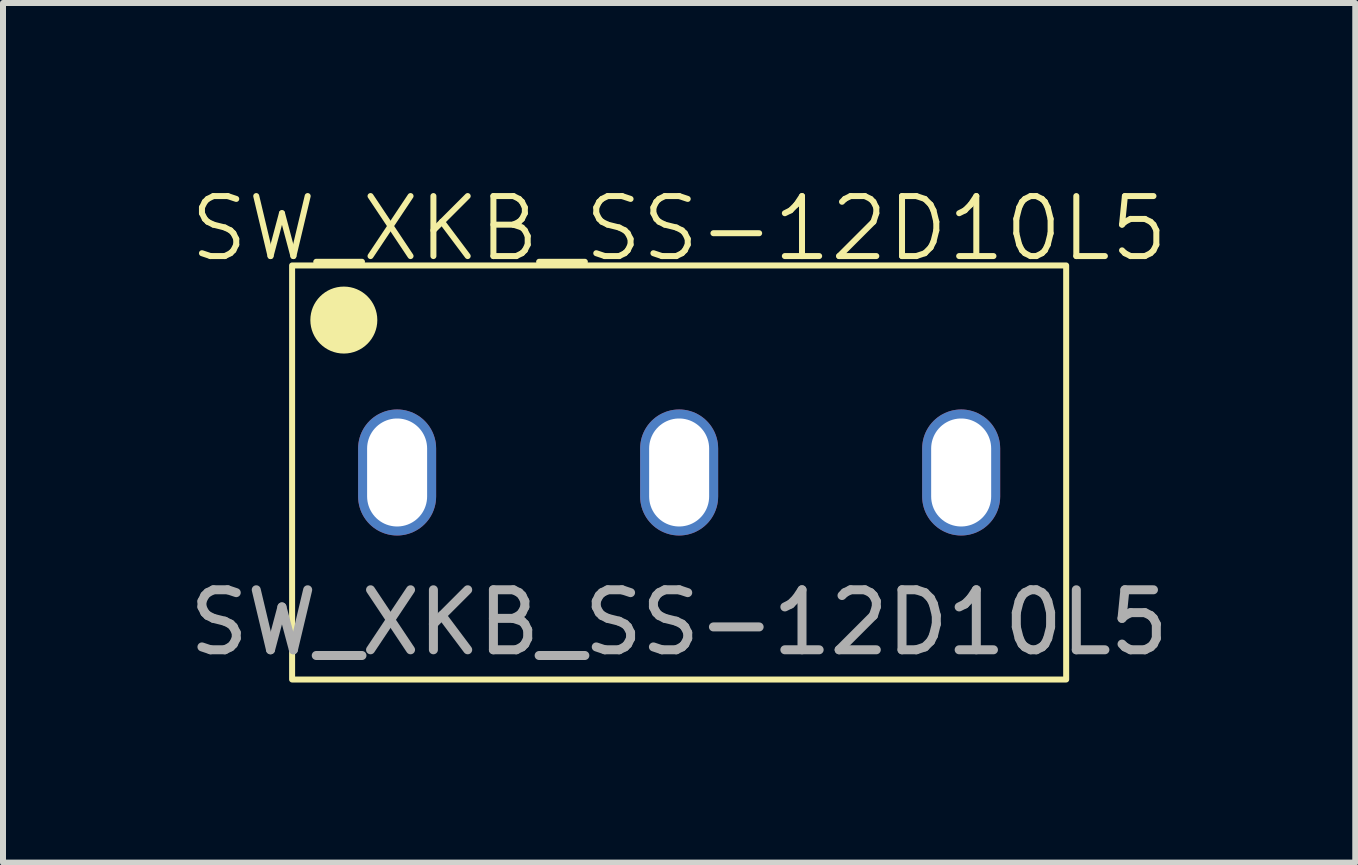
<source format=kicad_pcb>
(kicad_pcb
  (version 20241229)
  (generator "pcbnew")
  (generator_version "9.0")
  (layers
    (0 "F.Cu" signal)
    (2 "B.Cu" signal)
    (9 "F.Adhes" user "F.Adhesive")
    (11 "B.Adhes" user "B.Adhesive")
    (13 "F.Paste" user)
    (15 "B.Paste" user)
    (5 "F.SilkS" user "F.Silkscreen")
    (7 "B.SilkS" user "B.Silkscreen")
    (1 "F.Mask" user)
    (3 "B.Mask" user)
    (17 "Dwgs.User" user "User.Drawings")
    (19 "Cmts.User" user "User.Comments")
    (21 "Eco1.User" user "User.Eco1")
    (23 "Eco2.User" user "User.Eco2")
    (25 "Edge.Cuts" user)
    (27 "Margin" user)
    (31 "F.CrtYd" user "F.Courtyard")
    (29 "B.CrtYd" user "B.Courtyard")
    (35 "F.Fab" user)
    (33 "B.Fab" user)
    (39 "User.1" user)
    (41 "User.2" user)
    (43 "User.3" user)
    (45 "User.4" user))
  (footprint "SW_XKB_SS-12D10L5"
    (layer "F.Cu")
    (at 8.268 4.824)
    (property "Reference" "SW_XKB_SS-12D10L5" (at 0 -4.064 0) (unlocked yes) (layer "F.SilkS") (effects (font (size 1 1) (thickness 0.1))))
    (attr smd)
    (fp_rect (start -6.45 -3.45) (end 6.45 3.45) (stroke (width 0.1) (type default)) (fill no) (layer "F.SilkS"))
    (fp_circle (center -5.588 -2.54) (end -5.08 -2.54) (stroke (width 0.1) (type solid)) (fill yes) (layer "F.SilkS"))
    (fp_text user "${REFERENCE}" (at 0 2.5 0) (unlocked yes) (layer "F.Fab") (effects (font (size 1 1) (thickness 0.15))))
    (pad "1" thru_hole oval (at -4.7 0 90) (size 2.1 1.3) (drill oval 1.8 1) (layers "*.Cu" "*.Mask"))
    (pad "2" thru_hole oval (at 0 0 90) (size 2.1 1.3) (drill oval 1.8 1) (layers "*.Cu" "*.Mask"))
    (pad "3" thru_hole oval (at 4.7 0 90) (size 2.1 1.3) (drill oval 1.8 1) (layers "*.Cu" "*.Mask")))
  (gr_rect
    (start -3 -3)
    (end 19.536 11.325)
    (stroke (width 0.1) (type default))
    (fill no)
    (layer "Edge.Cuts")))
</source>
